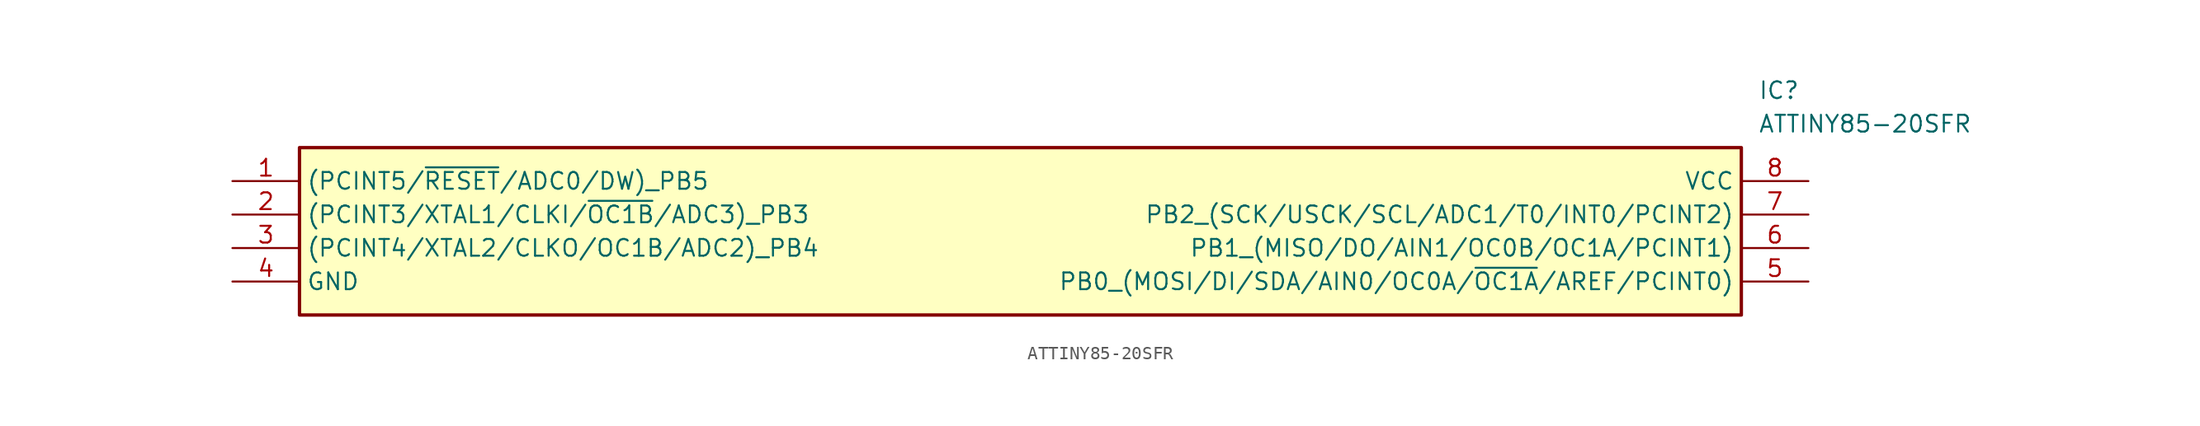
<source format=kicad_sym>
(kicad_symbol_lib
  (version 20211014)
  (generator SamacSys_ECAD_Model)
  (symbol "ATTINY85-20SFR"
    (property "Reference" "IC"
      (at 115.57 7.62 0)
      (effects (font (size 1.27 1.27)) (justify left top)))
    (property "Value" "ATTINY85-20SFR"
      (at 115.57 5.08 0)
      (effects (font (size 1.27 1.27)) (justify left top)))
    (rectangle
      (start 5.08 2.54)
      (end 114.3 -10.16)
      (stroke (width 0.254) (type default))
      (fill (type background)))
    (pin passive line
      (at 0 0 0)
      (length 5.08)
      (name "(PCINT5/~{RESET}/ADC0/DW)_PB5" (effects (font (size 1.27 1.27))))
      (number "1" (effects (font (size 1.27 1.27)))))
    (pin passive line
      (at 0 -2.54 0)
      (length 5.08)
      (name "(PCINT3/XTAL1/CLKI/~{OC1B}/ADC3)_PB3" (effects (font (size 1.27 1.27))))
      (number "2" (effects (font (size 1.27 1.27)))))
    (pin passive line
      (at 0 -5.08 0)
      (length 5.08)
      (name "(PCINT4/XTAL2/CLKO/OC1B/ADC2)_PB4" (effects (font (size 1.27 1.27))))
      (number "3" (effects (font (size 1.27 1.27)))))
    (pin passive line
      (at 0 -7.62 0)
      (length 5.08)
      (name "GND" (effects (font (size 1.27 1.27))))
      (number "4" (effects (font (size 1.27 1.27)))))
    (pin passive line
      (at 119.38 0 180)
      (length 5.08)
      (name "VCC" (effects (font (size 1.27 1.27))))
      (number "8" (effects (font (size 1.27 1.27)))))
    (pin passive line
      (at 119.38 -2.54 180)
      (length 5.08)
      (name "PB2_(SCK/USCK/SCL/ADC1/T0/INT0/PCINT2)" (effects (font (size 1.27 1.27))))
      (number "7" (effects (font (size 1.27 1.27)))))
    (pin passive line
      (at 119.38 -5.08 180)
      (length 5.08)
      (name "PB1_(MISO/DO/AIN1/OC0B/OC1A/PCINT1)" (effects (font (size 1.27 1.27))))
      (number "6" (effects (font (size 1.27 1.27)))))
    (pin passive line
      (at 119.38 -7.62 180)
      (length 5.08)
      (name "PB0_(MOSI/DI/SDA/AIN0/OC0A/~{OC1A}/AREF/PCINT0)" (effects (font (size 1.27 1.27))))
      (number "5" (effects (font (size 1.27 1.27)))))))
</source>
